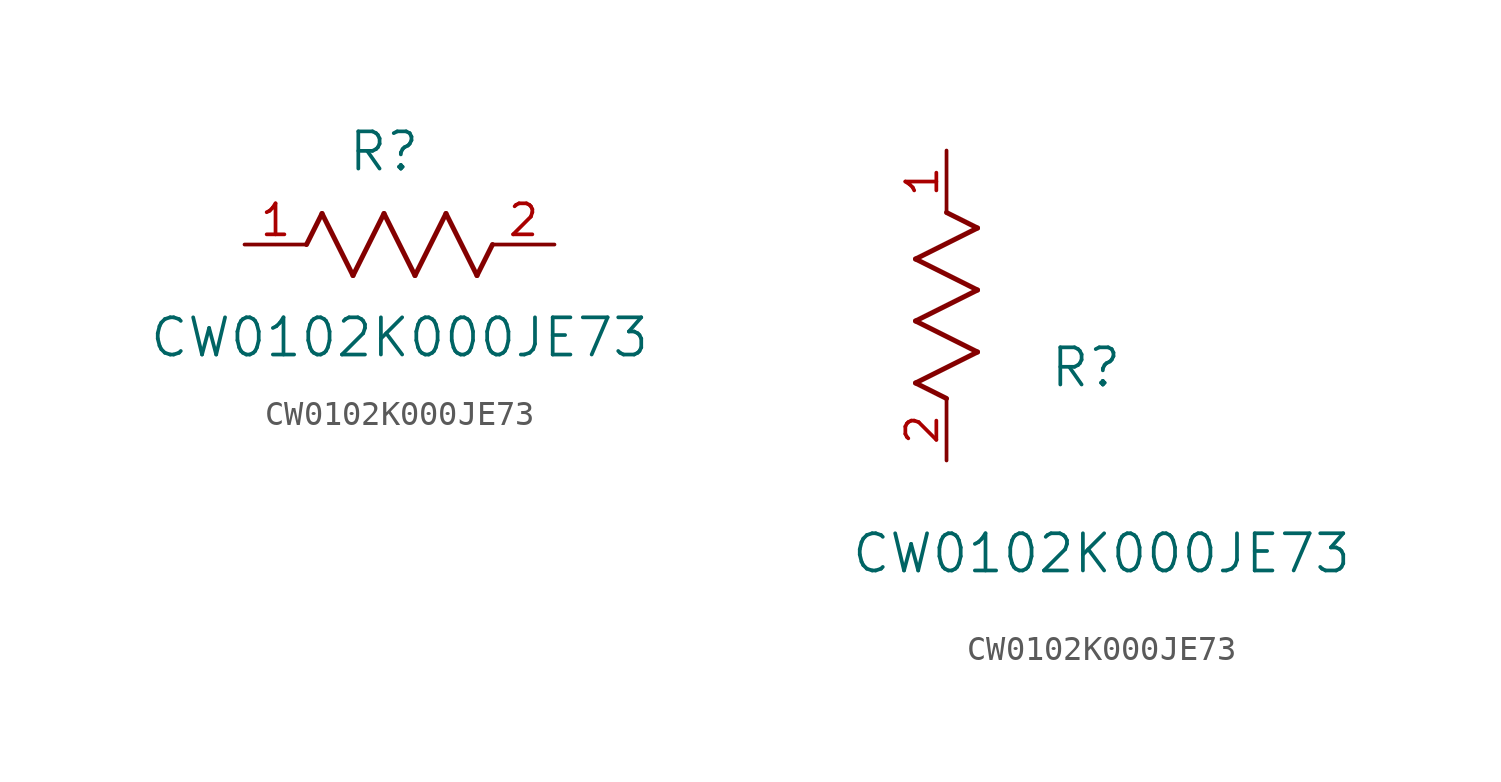
<source format=kicad_sym>
(kicad_symbol_lib
  (version 20211014)
  (generator kicad_symbol_editor)
  (symbol "CW0102K000JE73"
    (pin_names
      (offset 0.254))
    (property "Reference" "R"
      (at 5.715 3.81 0)
      (effects (font (size 1.524 1.524))))
    (property "Value" "CW0102K000JE73"
      (at 6.35 -3.81 0)
      (effects (font (size 1.524 1.524))))
    (symbol "CW0102K000JE73_1_1"
      (polyline (pts (xy 3.175 1.27) (xy 4.445 -1.27)) (stroke (width 0.203) (type default) (color 0 0 0 0)) (fill (type none)))
      (polyline (pts (xy 4.445 -1.27) (xy 5.715 1.27)) (stroke (width 0.203) (type default) (color 0 0 0 0)) (fill (type none)))
      (polyline (pts (xy 5.715 1.27) (xy 6.985 -1.27)) (stroke (width 0.203) (type default) (color 0 0 0 0)) (fill (type none)))
      (polyline (pts (xy 6.985 -1.27) (xy 8.255 1.27)) (stroke (width 0.203) (type default) (color 0 0 0 0)) (fill (type none)))
      (polyline (pts (xy 8.255 1.27) (xy 9.525 -1.27)) (stroke (width 0.203) (type default) (color 0 0 0 0)) (fill (type none)))
      (polyline (pts (xy 2.54 0) (xy 3.175 1.27)) (stroke (width 0.203) (type default) (color 0 0 0 0)) (fill (type none)))
      (polyline (pts (xy 9.525 -1.27) (xy 10.16 0)) (stroke (width 0.203) (type default) (color 0 0 0 0)) (fill (type none)))
      (pin unspecified line (at 0 0 0) (length 2.54) (name "" (effects (font (size 1.27 1.27)))) (number "1" (effects (font (size 1.27 1.27)))))
      (pin unspecified line (at 12.7 0 180) (length 2.54) (name "" (effects (font (size 1.27 1.27)))) (number "2" (effects (font (size 1.27 1.27))))))
    (symbol "CW0102K000JE73_1_2"
      (polyline (pts (xy 0 2.54) (xy -1.27 3.175)) (stroke (width 0.203) (type default) (color 0 0 0 0)) (fill (type none)))
      (polyline (pts (xy -1.27 3.175) (xy 1.27 4.445)) (stroke (width 0.203) (type default) (color 0 0 0 0)) (fill (type none)))
      (polyline (pts (xy 1.27 4.445) (xy -1.27 5.715)) (stroke (width 0.203) (type default) (color 0 0 0 0)) (fill (type none)))
      (polyline (pts (xy -1.27 5.715) (xy 1.27 6.985)) (stroke (width 0.203) (type default) (color 0 0 0 0)) (fill (type none)))
      (polyline (pts (xy -1.27 8.255) (xy 1.27 9.525)) (stroke (width 0.203) (type default) (color 0 0 0 0)) (fill (type none)))
      (polyline (pts (xy 1.27 9.525) (xy 0 10.16)) (stroke (width 0.203) (type default) (color 0 0 0 0)) (fill (type none)))
      (polyline (pts (xy 1.27 6.985) (xy -1.27 8.255)) (stroke (width 0.203) (type default) (color 0 0 0 0)) (fill (type none)))
      (pin unspecified line (at 0 12.7 270) (length 2.54) (name "" (effects (font (size 1.27 1.27)))) (number "1" (effects (font (size 1.27 1.27)))))
      (pin unspecified line (at 0 0 90) (length 2.54) (name "" (effects (font (size 1.27 1.27)))) (number "2" (effects (font (size 1.27 1.27))))))))
</source>
